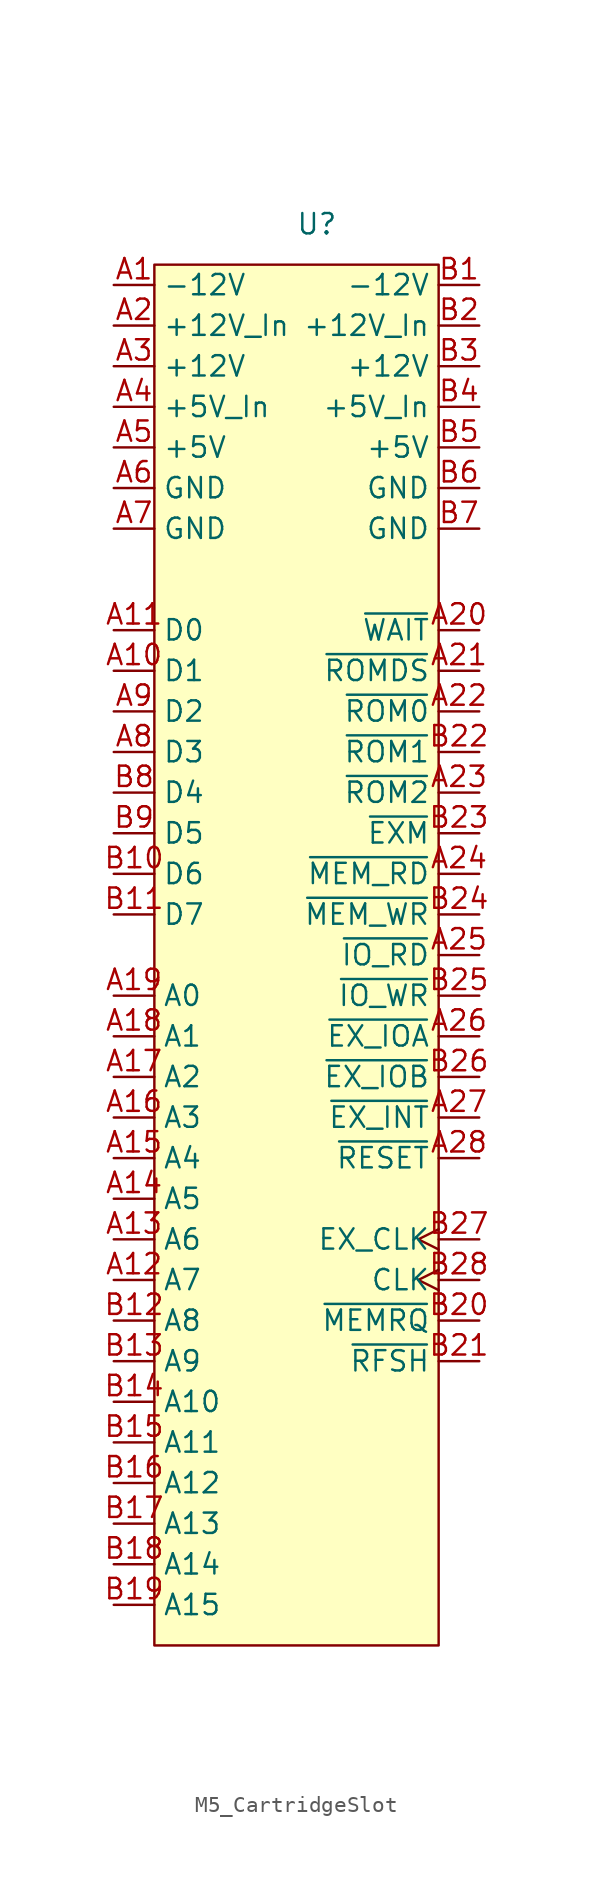
<source format=kicad_sym>
(kicad_symbol_lib
  (version 20241209)
  (generator "kicad_symbol_editor")
  (generator_version "9.0")
  (symbol "M5_CartridgeSlot"
    (property "Reference" "U"
      (at 0 0 0)
      (effects (font (size 1.27 1.27))))
    (property "Value" ""
      (at 0 0 0)
      (effects (font (size 1.27 1.27))))
    (symbol "M5_CartridgeSlot_1_1"
      (rectangle (start -10.16 -2.54) (end 7.62 -88.9) (stroke (width 0) (type default)) (fill (type background)))
      (pin power_out line (at -12.7 -3.81 0) (length 2.54) (name "-12V" (effects (font (size 1.27 1.27)))) (number "A1" (effects (font (size 1.27 1.27)))))
      (pin power_in line (at -12.7 -6.35 0) (length 2.54) (name "+12V_In" (effects (font (size 1.27 1.27)))) (number "A2" (effects (font (size 1.27 1.27)))))
      (pin power_out line (at -12.7 -8.89 0) (length 2.54) (name "+12V" (effects (font (size 1.27 1.27)))) (number "A3" (effects (font (size 1.27 1.27)))))
      (pin power_in line (at -12.7 -11.43 0) (length 2.54) (name "+5V_In" (effects (font (size 1.27 1.27)))) (number "A4" (effects (font (size 1.27 1.27)))))
      (pin power_out line (at -12.7 -13.97 0) (length 2.54) (name "+5V" (effects (font (size 1.27 1.27)))) (number "A5" (effects (font (size 1.27 1.27)))))
      (pin power_out line (at -12.7 -16.51 0) (length 2.54) (name "GND" (effects (font (size 1.27 1.27)))) (number "A6" (effects (font (size 1.27 1.27)))))
      (pin power_out line (at -12.7 -19.05 0) (length 2.54) (name "GND" (effects (font (size 1.27 1.27)))) (number "A7" (effects (font (size 1.27 1.27)))))
      (pin bidirectional line (at -12.7 -25.4 0) (length 2.54) (name "D0" (effects (font (size 1.27 1.27)))) (number "A11" (effects (font (size 1.27 1.27)))))
      (pin bidirectional line (at -12.7 -27.94 0) (length 2.54) (name "D1" (effects (font (size 1.27 1.27)))) (number "A10" (effects (font (size 1.27 1.27)))))
      (pin bidirectional line (at -12.7 -30.48 0) (length 2.54) (name "D2" (effects (font (size 1.27 1.27)))) (number "A9" (effects (font (size 1.27 1.27)))))
      (pin bidirectional line (at -12.7 -33.02 0) (length 2.54) (name "D3" (effects (font (size 1.27 1.27)))) (number "A8" (effects (font (size 1.27 1.27)))))
      (pin bidirectional line (at -12.7 -35.56 0) (length 2.54) (name "D4" (effects (font (size 1.27 1.27)))) (number "B8" (effects (font (size 1.27 1.27)))))
      (pin bidirectional line (at -12.7 -38.1 0) (length 2.54) (name "D5" (effects (font (size 1.27 1.27)))) (number "B9" (effects (font (size 1.27 1.27)))))
      (pin bidirectional line (at -12.7 -40.64 0) (length 2.54) (name "D6" (effects (font (size 1.27 1.27)))) (number "B10" (effects (font (size 1.27 1.27)))))
      (pin bidirectional line (at -12.7 -43.18 0) (length 2.54) (name "D7" (effects (font (size 1.27 1.27)))) (number "B11" (effects (font (size 1.27 1.27)))))
      (pin output line (at -12.7 -48.26 0) (length 2.54) (name "A0" (effects (font (size 1.27 1.27)))) (number "A19" (effects (font (size 1.27 1.27)))))
      (pin output line (at -12.7 -50.8 0) (length 2.54) (name "A1" (effects (font (size 1.27 1.27)))) (number "A18" (effects (font (size 1.27 1.27)))))
      (pin output line (at -12.7 -53.34 0) (length 2.54) (name "A2" (effects (font (size 1.27 1.27)))) (number "A17" (effects (font (size 1.27 1.27)))))
      (pin output line (at -12.7 -55.88 0) (length 2.54) (name "A3" (effects (font (size 1.27 1.27)))) (number "A16" (effects (font (size 1.27 1.27)))))
      (pin output line (at -12.7 -58.42 0) (length 2.54) (name "A4" (effects (font (size 1.27 1.27)))) (number "A15" (effects (font (size 1.27 1.27)))))
      (pin output line (at -12.7 -60.96 0) (length 2.54) (name "A5" (effects (font (size 1.27 1.27)))) (number "A14" (effects (font (size 1.27 1.27)))))
      (pin output line (at -12.7 -63.5 0) (length 2.54) (name "A6" (effects (font (size 1.27 1.27)))) (number "A13" (effects (font (size 1.27 1.27)))))
      (pin output line (at -12.7 -66.04 0) (length 2.54) (name "A7" (effects (font (size 1.27 1.27)))) (number "A12" (effects (font (size 1.27 1.27)))))
      (pin output line (at -12.7 -68.58 0) (length 2.54) (name "A8" (effects (font (size 1.27 1.27)))) (number "B12" (effects (font (size 1.27 1.27)))))
      (pin output line (at -12.7 -71.12 0) (length 2.54) (name "A9" (effects (font (size 1.27 1.27)))) (number "B13" (effects (font (size 1.27 1.27)))))
      (pin output line (at -12.7 -73.66 0) (length 2.54) (name "A10" (effects (font (size 1.27 1.27)))) (number "B14" (effects (font (size 1.27 1.27)))))
      (pin output line (at -12.7 -76.2 0) (length 2.54) (name "A11" (effects (font (size 1.27 1.27)))) (number "B15" (effects (font (size 1.27 1.27)))))
      (pin output line (at -12.7 -78.74 0) (length 2.54) (name "A12" (effects (font (size 1.27 1.27)))) (number "B16" (effects (font (size 1.27 1.27)))))
      (pin output line (at -12.7 -81.28 0) (length 2.54) (name "A13" (effects (font (size 1.27 1.27)))) (number "B17" (effects (font (size 1.27 1.27)))))
      (pin output line (at -12.7 -83.82 0) (length 2.54) (name "A14" (effects (font (size 1.27 1.27)))) (number "B18" (effects (font (size 1.27 1.27)))))
      (pin output line (at -12.7 -86.36 0) (length 2.54) (name "A15" (effects (font (size 1.27 1.27)))) (number "B19" (effects (font (size 1.27 1.27)))))
      (pin power_out line (at 10.16 -3.81 180) (length 2.54) (name "-12V" (effects (font (size 1.27 1.27)))) (number "B1" (effects (font (size 1.27 1.27)))))
      (pin power_in line (at 10.16 -6.35 180) (length 2.54) (name "+12V_In" (effects (font (size 1.27 1.27)))) (number "B2" (effects (font (size 1.27 1.27)))))
      (pin power_out line (at 10.16 -8.89 180) (length 2.54) (name "+12V" (effects (font (size 1.27 1.27)))) (number "B3" (effects (font (size 1.27 1.27)))))
      (pin power_in line (at 10.16 -11.43 180) (length 2.54) (name "+5V_In" (effects (font (size 1.27 1.27)))) (number "B4" (effects (font (size 1.27 1.27)))))
      (pin power_out line (at 10.16 -13.97 180) (length 2.54) (name "+5V" (effects (font (size 1.27 1.27)))) (number "B5" (effects (font (size 1.27 1.27)))))
      (pin power_out line (at 10.16 -16.51 180) (length 2.54) (name "GND" (effects (font (size 1.27 1.27)))) (number "B6" (effects (font (size 1.27 1.27)))))
      (pin power_out line (at 10.16 -19.05 180) (length 2.54) (name "GND" (effects (font (size 1.27 1.27)))) (number "B7" (effects (font (size 1.27 1.27)))))
      (pin bidirectional line (at 10.16 -25.4 180) (length 2.54) (name "~{WAIT}" (effects (font (size 1.27 1.27)))) (number "A20" (effects (font (size 1.27 1.27)))))
      (pin output line (at 10.16 -27.94 180) (length 2.54) (name "~{ROMDS}" (effects (font (size 1.27 1.27)))) (number "A21" (effects (font (size 1.27 1.27)))))
      (pin output line (at 10.16 -30.48 180) (length 2.54) (name "~{ROM0}" (effects (font (size 1.27 1.27)))) (number "A22" (effects (font (size 1.27 1.27)))))
      (pin output line (at 10.16 -33.02 180) (length 2.54) (name "~{ROM1}" (effects (font (size 1.27 1.27)))) (number "B22" (effects (font (size 1.27 1.27)))))
      (pin output line (at 10.16 -35.56 180) (length 2.54) (name "~{ROM2}" (effects (font (size 1.27 1.27)))) (number "A23" (effects (font (size 1.27 1.27)))))
      (pin output line (at 10.16 -38.1 180) (length 2.54) (name "~{EXM}" (effects (font (size 1.27 1.27)))) (number "B23" (effects (font (size 1.27 1.27)))))
      (pin output line (at 10.16 -40.64 180) (length 2.54) (name "~{MEM_RD}" (effects (font (size 1.27 1.27)))) (number "A24" (effects (font (size 1.27 1.27)))))
      (pin output line (at 10.16 -43.18 180) (length 2.54) (name "~{MEM_WR}" (effects (font (size 1.27 1.27)))) (number "B24" (effects (font (size 1.27 1.27)))))
      (pin output line (at 10.16 -45.72 180) (length 2.54) (name "~{IO_RD}" (effects (font (size 1.27 1.27)))) (number "A25" (effects (font (size 1.27 1.27)))))
      (pin output line (at 10.16 -48.26 180) (length 2.54) (name "~{IO_WR}" (effects (font (size 1.27 1.27)))) (number "B25" (effects (font (size 1.27 1.27)))))
      (pin output line (at 10.16 -50.8 180) (length 2.54) (name "~{EX_IOA}" (effects (font (size 1.27 1.27)))) (number "A26" (effects (font (size 1.27 1.27)))))
      (pin output line (at 10.16 -53.34 180) (length 2.54) (name "~{EX_IOB}" (effects (font (size 1.27 1.27)))) (number "B26" (effects (font (size 1.27 1.27)))))
      (pin output line (at 10.16 -55.88 180) (length 2.54) (name "~{EX_INT}" (effects (font (size 1.27 1.27)))) (number "A27" (effects (font (size 1.27 1.27)))))
      (pin output line (at 10.16 -58.42 180) (length 2.54) (name "~{RESET}" (effects (font (size 1.27 1.27)))) (number "A28" (effects (font (size 1.27 1.27)))))
      (pin output clock (at 10.16 -63.5 180) (length 2.54) (name "EX_CLK" (effects (font (size 1.27 1.27)))) (number "B27" (effects (font (size 1.27 1.27)))))
      (pin output clock (at 10.16 -66.04 180) (length 2.54) (name "CLK" (effects (font (size 1.27 1.27)))) (number "B28" (effects (font (size 1.27 1.27)))))
      (pin input line (at 10.16 -68.58 180) (length 2.54) (name "~{MEMRQ}" (effects (font (size 1.27 1.27)))) (number "B20" (effects (font (size 1.27 1.27)))))
      (pin input line (at 10.16 -71.12 180) (length 2.54) (name "~{RFSH}" (effects (font (size 1.27 1.27)))) (number "B21" (effects (font (size 1.27 1.27))))))))
</source>
